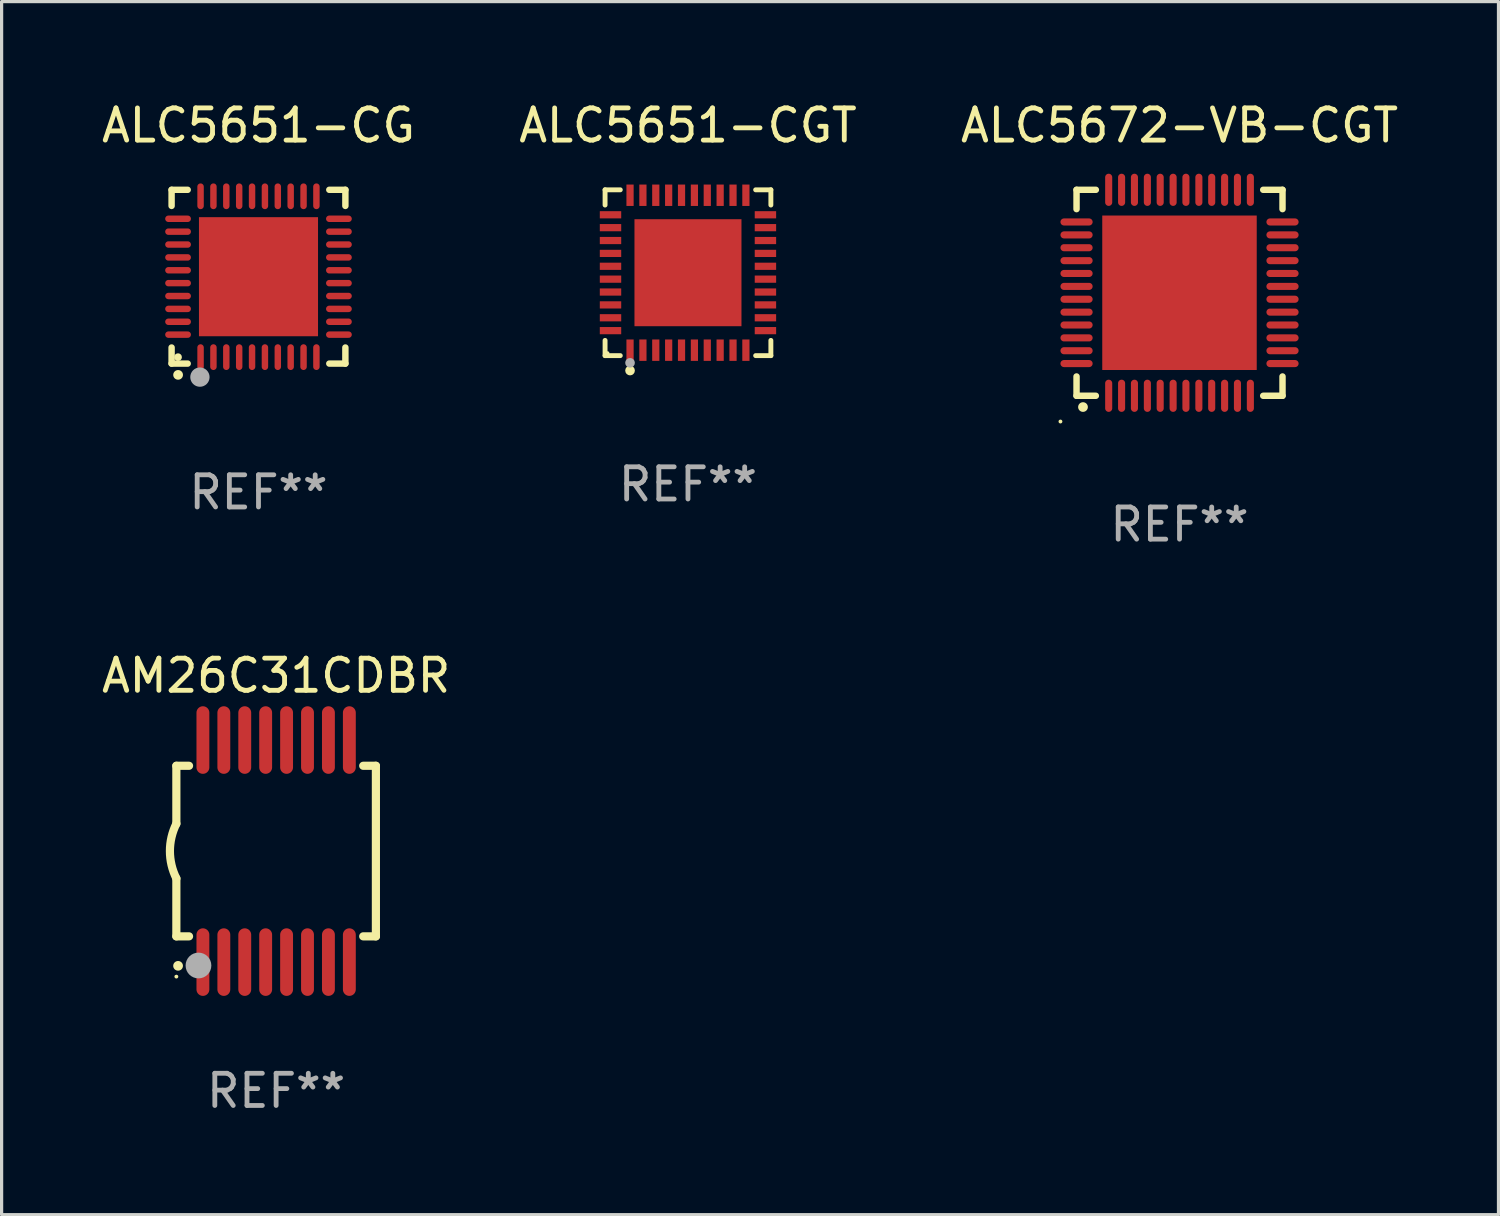
<source format=kicad_pcb>
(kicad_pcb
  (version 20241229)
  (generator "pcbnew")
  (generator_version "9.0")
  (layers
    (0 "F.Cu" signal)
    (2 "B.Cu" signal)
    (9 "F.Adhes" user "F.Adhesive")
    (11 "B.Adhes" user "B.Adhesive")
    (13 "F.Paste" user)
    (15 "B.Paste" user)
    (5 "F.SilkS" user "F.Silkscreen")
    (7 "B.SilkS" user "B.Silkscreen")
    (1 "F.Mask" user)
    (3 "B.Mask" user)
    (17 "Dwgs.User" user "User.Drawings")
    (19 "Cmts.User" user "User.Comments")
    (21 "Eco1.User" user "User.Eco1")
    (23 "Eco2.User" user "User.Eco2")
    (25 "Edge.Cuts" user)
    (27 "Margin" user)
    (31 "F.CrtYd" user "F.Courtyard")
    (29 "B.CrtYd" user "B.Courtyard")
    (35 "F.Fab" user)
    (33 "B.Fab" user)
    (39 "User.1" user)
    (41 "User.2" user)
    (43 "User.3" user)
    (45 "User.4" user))
  (footprint "ALC5651-CGT"
    (layer "F.Cu")
    (at 18.327 5.424)
    (property "Reference" "ALC5651-CGT" (at 0 -4.576 0) (layer "F.SilkS") (effects (font (size 1 1) (thickness 0.15))))
    (attr through_hole)
    (fp_line (start -2.576 -2.576) (end -2.103 -2.576) (stroke (width 0.152) (type solid)) (layer "F.SilkS"))
    (fp_line (start -2.576 -2.103) (end -2.576 -2.576) (stroke (width 0.152) (type solid)) (layer "F.SilkS"))
    (fp_line (start -2.576 2.103) (end -2.576 2.576) (stroke (width 0.152) (type solid)) (layer "F.SilkS"))
    (fp_line (start -2.576 2.576) (end -2.103 2.576) (stroke (width 0.152) (type solid)) (layer "F.SilkS"))
    (fp_line (start 2.576 -2.576) (end 2.103 -2.576) (stroke (width 0.152) (type solid)) (layer "F.SilkS"))
    (fp_line (start 2.576 -2.103) (end 2.576 -2.576) (stroke (width 0.152) (type solid)) (layer "F.SilkS"))
    (fp_line (start 2.576 2.103) (end 2.576 2.576) (stroke (width 0.152) (type solid)) (layer "F.SilkS"))
    (fp_line (start 2.576 2.576) (end 2.103 2.576) (stroke (width 0.152) (type solid)) (layer "F.SilkS"))
    (fp_circle (center -2.5 2.5) (end -2.47 2.5) (stroke (width 0.06) (type solid)) (fill no) (layer "F.SilkS"))
    (fp_circle (center -1.8 3.04) (end -1.725 3.04) (stroke (width 0.15) (type solid)) (fill no) (layer "F.SilkS"))
    (fp_circle (center -1.8 2.8) (end -1.725 2.8) (stroke (width 0.15) (type solid)) (fill no) (layer "F.Fab"))
    (fp_text user "REF**" (at 0 6.576 0) (layer "F.Fab") (effects (font (size 1 1) (thickness 0.15))))
    (pad "1" smd rect (at -1.8 2.407) (size 0.224 0.665) (layers "F.Cu" "F.Mask" "F.Paste"))
    (pad "2" smd rect (at -1.4 2.407) (size 0.224 0.665) (layers "F.Cu" "F.Mask" "F.Paste"))
    (pad "3" smd rect (at -1 2.407) (size 0.224 0.665) (layers "F.Cu" "F.Mask" "F.Paste"))
    (pad "4" smd rect (at -0.6 2.407) (size 0.224 0.665) (layers "F.Cu" "F.Mask" "F.Paste"))
    (pad "5" smd rect (at -0.2 2.407) (size 0.224 0.665) (layers "F.Cu" "F.Mask" "F.Paste"))
    (pad "6" smd rect (at 0.2 2.407) (size 0.224 0.665) (layers "F.Cu" "F.Mask" "F.Paste"))
    (pad "7" smd rect (at 0.6 2.407) (size 0.224 0.665) (layers "F.Cu" "F.Mask" "F.Paste"))
    (pad "8" smd rect (at 1 2.407) (size 0.224 0.665) (layers "F.Cu" "F.Mask" "F.Paste"))
    (pad "9" smd rect (at 1.4 2.407) (size 0.224 0.665) (layers "F.Cu" "F.Mask" "F.Paste"))
    (pad "10" smd rect (at 1.8 2.407) (size 0.224 0.665) (layers "F.Cu" "F.Mask" "F.Paste"))
    (pad "11" smd rect (at 2.407 1.8) (size 0.665 0.224) (layers "F.Cu" "F.Mask" "F.Paste"))
    (pad "12" smd rect (at 2.407 1.4) (size 0.665 0.224) (layers "F.Cu" "F.Mask" "F.Paste"))
    (pad "13" smd rect (at 2.407 1) (size 0.665 0.224) (layers "F.Cu" "F.Mask" "F.Paste"))
    (pad "14" smd rect (at 2.407 0.6) (size 0.665 0.224) (layers "F.Cu" "F.Mask" "F.Paste"))
    (pad "15" smd rect (at 2.407 0.2) (size 0.665 0.224) (layers "F.Cu" "F.Mask" "F.Paste"))
    (pad "16" smd rect (at 2.407 -0.2) (size 0.665 0.224) (layers "F.Cu" "F.Mask" "F.Paste"))
    (pad "17" smd rect (at 2.407 -0.6) (size 0.665 0.224) (layers "F.Cu" "F.Mask" "F.Paste"))
    (pad "18" smd rect (at 2.407 -1) (size 0.665 0.224) (layers "F.Cu" "F.Mask" "F.Paste"))
    (pad "19" smd rect (at 2.407 -1.4) (size 0.665 0.224) (layers "F.Cu" "F.Mask" "F.Paste"))
    (pad "20" smd rect (at 2.407 -1.8) (size 0.665 0.224) (layers "F.Cu" "F.Mask" "F.Paste"))
    (pad "21" smd rect (at 1.8 -2.407) (size 0.224 0.665) (layers "F.Cu" "F.Mask" "F.Paste"))
    (pad "22" smd rect (at 1.4 -2.407) (size 0.224 0.665) (layers "F.Cu" "F.Mask" "F.Paste"))
    (pad "23" smd rect (at 1 -2.407) (size 0.224 0.665) (layers "F.Cu" "F.Mask" "F.Paste"))
    (pad "24" smd rect (at 0.6 -2.407) (size 0.224 0.665) (layers "F.Cu" "F.Mask" "F.Paste"))
    (pad "25" smd rect (at 0.2 -2.407) (size 0.224 0.665) (layers "F.Cu" "F.Mask" "F.Paste"))
    (pad "26" smd rect (at -0.2 -2.407) (size 0.224 0.665) (layers "F.Cu" "F.Mask" "F.Paste"))
    (pad "27" smd rect (at -0.6 -2.407) (size 0.224 0.665) (layers "F.Cu" "F.Mask" "F.Paste"))
    (pad "28" smd rect (at -1 -2.407) (size 0.224 0.665) (layers "F.Cu" "F.Mask" "F.Paste"))
    (pad "29" smd rect (at -1.4 -2.407) (size 0.224 0.665) (layers "F.Cu" "F.Mask" "F.Paste"))
    (pad "30" smd rect (at -1.8 -2.407) (size 0.224 0.665) (layers "F.Cu" "F.Mask" "F.Paste"))
    (pad "31" smd rect (at -2.407 -1.8) (size 0.665 0.224) (layers "F.Cu" "F.Mask" "F.Paste"))
    (pad "32" smd rect (at -2.407 -1.4) (size 0.665 0.224) (layers "F.Cu" "F.Mask" "F.Paste"))
    (pad "33" smd rect (at -2.407 -1) (size 0.665 0.224) (layers "F.Cu" "F.Mask" "F.Paste"))
    (pad "34" smd rect (at -2.407 -0.6) (size 0.665 0.224) (layers "F.Cu" "F.Mask" "F.Paste"))
    (pad "35" smd rect (at -2.407 -0.2) (size 0.665 0.224) (layers "F.Cu" "F.Mask" "F.Paste"))
    (pad "36" smd rect (at -2.407 0.2) (size 0.665 0.224) (layers "F.Cu" "F.Mask" "F.Paste"))
    (pad "37" smd rect (at -2.407 0.6) (size 0.665 0.224) (layers "F.Cu" "F.Mask" "F.Paste"))
    (pad "38" smd rect (at -2.407 1) (size 0.665 0.224) (layers "F.Cu" "F.Mask" "F.Paste"))
    (pad "39" smd rect (at -2.407 1.4) (size 0.665 0.224) (layers "F.Cu" "F.Mask" "F.Paste"))
    (pad "40" smd rect (at -2.407 1.8) (size 0.665 0.224) (layers "F.Cu" "F.Mask" "F.Paste"))
    (pad "41" smd rect (at 0 0) (size 3.325 3.325) (layers "F.Cu" "F.Mask" "F.Paste")))
  (footprint "AM26C31CDBR"
    (layer "F.Cu")
    (at 5.53 23.395)
    (property "Reference" "AM26C31CDBR" (at 0 -5.45 0) (layer "F.SilkS") (effects (font (size 1 1) (thickness 0.15))))
    (attr through_hole)
    (fp_line (start -3.1 -2.65) (end -3.1 -0.85) (stroke (width 0.254) (type solid)) (layer "F.SilkS"))
    (fp_line (start -3.1 -2.65) (end -2.706 -2.65) (stroke (width 0.254) (type solid)) (layer "F.SilkS"))
    (fp_line (start -3.1 2.65) (end -3.1 0.85) (stroke (width 0.254) (type solid)) (layer "F.SilkS"))
    (fp_line (start -3.1 2.65) (end -2.706 2.65) (stroke (width 0.254) (type solid)) (layer "F.SilkS"))
    (fp_line (start 2.706 -2.65) (end 3.1 -2.65) (stroke (width 0.254) (type solid)) (layer "F.SilkS"))
    (fp_line (start 2.706 2.65) (end 3.1 2.65) (stroke (width 0.254) (type solid)) (layer "F.SilkS"))
    (fp_line (start 3.1 -2.65) (end 3.1 2.65) (stroke (width 0.254) (type solid)) (layer "F.SilkS"))
    (fp_arc (start -3.098907 0.850902) (mid -3.300057 0.000523) (end -3.1 -0.850114) (stroke (width 0.254001) (type solid)) (layer "F.SilkS"))
    (fp_arc (start -3.048006 3.566066) (mid -3.046736 3.566061) (end -3.045466 3.566066) (stroke (width 0.3) (type solid)) (layer "F.SilkS"))
    (fp_circle (center -3.1 3.9) (end -3.07 3.9) (stroke (width 0.06) (type solid)) (fill no) (layer "F.SilkS"))
    (fp_circle (center -2.413 3.556) (end -2.213 3.556) (stroke (width 0.4) (type solid)) (fill no) (layer "F.Fab"))
    (fp_text user "REF**" (at 0 7.45 0) (layer "F.Fab") (effects (font (size 1 1) (thickness 0.15))))
    (pad "1" smd oval (at -2.275 3.45 180) (size 0.4 2.1) (layers "F.Cu" "F.Mask" "F.Paste"))
    (pad "2" smd oval (at -1.625 3.45 180) (size 0.4 2.1) (layers "F.Cu" "F.Mask" "F.Paste"))
    (pad "3" smd oval (at -0.975 3.45 180) (size 0.4 2.1) (layers "F.Cu" "F.Mask" "F.Paste"))
    (pad "4" smd oval (at -0.325 3.45 180) (size 0.4 2.1) (layers "F.Cu" "F.Mask" "F.Paste"))
    (pad "5" smd oval (at 0.325 3.45 180) (size 0.4 2.1) (layers "F.Cu" "F.Mask" "F.Paste"))
    (pad "6" smd oval (at 0.975 3.45 180) (size 0.4 2.1) (layers "F.Cu" "F.Mask" "F.Paste"))
    (pad "7" smd oval (at 1.625 3.45 180) (size 0.4 2.1) (layers "F.Cu" "F.Mask" "F.Paste"))
    (pad "8" smd oval (at 2.275 3.45 180) (size 0.4 2.1) (layers "F.Cu" "F.Mask" "F.Paste"))
    (pad "9" smd oval (at 2.275 -3.45 180) (size 0.4 2.1) (layers "F.Cu" "F.Mask" "F.Paste"))
    (pad "10" smd oval (at 1.625 -3.45 180) (size 0.4 2.1) (layers "F.Cu" "F.Mask" "F.Paste"))
    (pad "11" smd oval (at 0.975 -3.45 180) (size 0.4 2.1) (layers "F.Cu" "F.Mask" "F.Paste"))
    (pad "12" smd oval (at 0.325 -3.45 180) (size 0.4 2.1) (layers "F.Cu" "F.Mask" "F.Paste"))
    (pad "13" smd oval (at -0.325 -3.45 180) (size 0.4 2.1) (layers "F.Cu" "F.Mask" "F.Paste"))
    (pad "14" smd oval (at -0.975 -3.45 180) (size 0.4 2.1) (layers "F.Cu" "F.Mask" "F.Paste"))
    (pad "15" smd oval (at -1.625 -3.45 180) (size 0.4 2.1) (layers "F.Cu" "F.Mask" "F.Paste"))
    (pad "16" smd oval (at -2.275 -3.45 180) (size 0.4 2.1) (layers "F.Cu" "F.Mask" "F.Paste")))
  (footprint "ALC5672-VB-CGT"
    (layer "F.Cu")
    (at 33.601 6.048)
    (property "Reference" "ALC5672-VB-CGT" (at 0 -5.2 0) (layer "F.SilkS") (effects (font (size 1 1) (thickness 0.15))))
    (attr through_hole)
    (fp_line (start -3.2 -3.2) (end -2.6 -3.2) (stroke (width 0.2) (type solid)) (layer "F.SilkS"))
    (fp_line (start -3.2 -2.6) (end -3.2 -3.2) (stroke (width 0.2) (type solid)) (layer "F.SilkS"))
    (fp_line (start -3.2 3.2) (end -3.2 2.6) (stroke (width 0.2) (type solid)) (layer "F.SilkS"))
    (fp_line (start -2.6 3.2) (end -3.2 3.2) (stroke (width 0.2) (type solid)) (layer "F.SilkS"))
    (fp_line (start 3.2 -3.2) (end 2.6 -3.2) (stroke (width 0.2) (type solid)) (layer "F.SilkS"))
    (fp_line (start 3.2 -2.6) (end 3.2 -3.2) (stroke (width 0.2) (type solid)) (layer "F.SilkS"))
    (fp_line (start 3.2 2.6) (end 3.2 3.2) (stroke (width 0.2) (type solid)) (layer "F.SilkS"))
    (fp_line (start 3.2 3.2) (end 2.6 3.2) (stroke (width 0.2) (type solid)) (layer "F.SilkS"))
    (fp_arc (start -3.00094 3.54986) (mid -2.99967 3.549855) (end -2.9984 3.54986) (stroke (width 0.3) (type solid)) (layer "F.SilkS"))
    (fp_circle (center -3.7 4) (end -3.67 4) (stroke (width 0.06) (type solid)) (fill no) (layer "F.SilkS"))
    (fp_text user "REF**" (at 0 7.2 0) (layer "F.Fab") (effects (font (size 1 1) (thickness 0.15))))
    (pad "1" smd oval (at -2.201 3.2) (size 0.22 1) (layers "F.Cu" "F.Mask" "F.Paste"))
    (pad "2" smd oval (at -1.8 3.2) (size 0.22 1) (layers "F.Cu" "F.Mask" "F.Paste"))
    (pad "3" smd oval (at -1.401 3.2) (size 0.22 1) (layers "F.Cu" "F.Mask" "F.Paste"))
    (pad "4" smd oval (at -0.999 3.2) (size 0.22 1) (layers "F.Cu" "F.Mask" "F.Paste"))
    (pad "5" smd oval (at -0.601 3.2) (size 0.22 1) (layers "F.Cu" "F.Mask" "F.Paste"))
    (pad "6" smd oval (at -0.199 3.2) (size 0.22 1) (layers "F.Cu" "F.Mask" "F.Paste"))
    (pad "7" smd oval (at 0.199 3.2) (size 0.22 1) (layers "F.Cu" "F.Mask" "F.Paste"))
    (pad "8" smd oval (at 0.601 3.2) (size 0.22 1) (layers "F.Cu" "F.Mask" "F.Paste"))
    (pad "9" smd oval (at 1 3.2) (size 0.22 1) (layers "F.Cu" "F.Mask" "F.Paste"))
    (pad "10" smd oval (at 1.401 3.2) (size 0.22 1) (layers "F.Cu" "F.Mask" "F.Paste"))
    (pad "11" smd oval (at 1.8 3.2) (size 0.22 1) (layers "F.Cu" "F.Mask" "F.Paste"))
    (pad "12" smd oval (at 2.201 3.2) (size 0.22 1) (layers "F.Cu" "F.Mask" "F.Paste"))
    (pad "13" smd oval (at 3.2 2.199 90) (size 0.22 1) (layers "F.Cu" "F.Mask" "F.Paste"))
    (pad "14" smd oval (at 3.2 1.8 90) (size 0.22 1) (layers "F.Cu" "F.Mask" "F.Paste"))
    (pad "15" smd oval (at 3.2 1.401 90) (size 0.22 1) (layers "F.Cu" "F.Mask" "F.Paste"))
    (pad "16" smd oval (at 3.2 1 90) (size 0.22 1) (layers "F.Cu" "F.Mask" "F.Paste"))
    (pad "17" smd oval (at 3.2 0.601 90) (size 0.22 1) (layers "F.Cu" "F.Mask" "F.Paste"))
    (pad "18" smd oval (at 3.2 0.2 90) (size 0.22 1) (layers "F.Cu" "F.Mask" "F.Paste"))
    (pad "19" smd oval (at 3.2 -0.199 90) (size 0.22 1) (layers "F.Cu" "F.Mask" "F.Paste"))
    (pad "20" smd oval (at 3.2 -0.601 90) (size 0.22 1) (layers "F.Cu" "F.Mask" "F.Paste"))
    (pad "21" smd oval (at 3.2 -0.999 90) (size 0.22 1) (layers "F.Cu" "F.Mask" "F.Paste"))
    (pad "22" smd oval (at 3.2 -1.401 90) (size 0.22 1) (layers "F.Cu" "F.Mask" "F.Paste"))
    (pad "23" smd oval (at 3.2 -1.799 90) (size 0.22 1) (layers "F.Cu" "F.Mask" "F.Paste"))
    (pad "24" smd oval (at 3.2 -2.201 90) (size 0.22 1) (layers "F.Cu" "F.Mask" "F.Paste"))
    (pad "25" smd oval (at 2.201 -3.2 180) (size 0.22 1) (layers "F.Cu" "F.Mask" "F.Paste"))
    (pad "26" smd oval (at 1.8 -3.2 180) (size 0.22 1) (layers "F.Cu" "F.Mask" "F.Paste"))
    (pad "27" smd oval (at 1.401 -3.2 180) (size 0.22 1) (layers "F.Cu" "F.Mask" "F.Paste"))
    (pad "28" smd oval (at 1 -3.2 180) (size 0.22 1) (layers "F.Cu" "F.Mask" "F.Paste"))
    (pad "29" smd oval (at 0.601 -3.2 180) (size 0.22 1) (layers "F.Cu" "F.Mask" "F.Paste"))
    (pad "30" smd oval (at 0.199 -3.2 180) (size 0.22 1) (layers "F.Cu" "F.Mask" "F.Paste"))
    (pad "31" smd oval (at -0.199 -3.2 180) (size 0.22 1) (layers "F.Cu" "F.Mask" "F.Paste"))
    (pad "32" smd oval (at -0.601 -3.2 180) (size 0.22 1) (layers "F.Cu" "F.Mask" "F.Paste"))
    (pad "33" smd oval (at -0.999 -3.2 180) (size 0.22 1) (layers "F.Cu" "F.Mask" "F.Paste"))
    (pad "34" smd oval (at -1.401 -3.2 180) (size 0.22 1) (layers "F.Cu" "F.Mask" "F.Paste"))
    (pad "35" smd oval (at -1.8 -3.2 180) (size 0.22 1) (layers "F.Cu" "F.Mask" "F.Paste"))
    (pad "36" smd oval (at -2.201 -3.2 180) (size 0.22 1) (layers "F.Cu" "F.Mask" "F.Paste"))
    (pad "37" smd oval (at -3.2 -2.201 270) (size 0.22 1) (layers "F.Cu" "F.Mask" "F.Paste"))
    (pad "38" smd oval (at -3.2 -1.799 270) (size 0.22 1) (layers "F.Cu" "F.Mask" "F.Paste"))
    (pad "39" smd oval (at -3.2 -1.401 270) (size 0.22 1) (layers "F.Cu" "F.Mask" "F.Paste"))
    (pad "40" smd oval (at -3.2 -0.999 270) (size 0.22 1) (layers "F.Cu" "F.Mask" "F.Paste"))
    (pad "41" smd oval (at -3.2 -0.601 270) (size 0.22 1) (layers "F.Cu" "F.Mask" "F.Paste"))
    (pad "42" smd oval (at -3.2 -0.199 270) (size 0.22 1) (layers "F.Cu" "F.Mask" "F.Paste"))
    (pad "43" smd oval (at -3.2 0.2 270) (size 0.22 1) (layers "F.Cu" "F.Mask" "F.Paste"))
    (pad "44" smd oval (at -3.2 0.601 270) (size 0.22 1) (layers "F.Cu" "F.Mask" "F.Paste"))
    (pad "45" smd oval (at -3.2 1 270) (size 0.22 1) (layers "F.Cu" "F.Mask" "F.Paste"))
    (pad "46" smd oval (at -3.2 1.401 270) (size 0.22 1) (layers "F.Cu" "F.Mask" "F.Paste"))
    (pad "47" smd oval (at -3.2 1.8 270) (size 0.22 1) (layers "F.Cu" "F.Mask" "F.Paste"))
    (pad "48" smd oval (at -3.2 2.199 270) (size 0.22 1) (layers "F.Cu" "F.Mask" "F.Paste"))
    (pad "49" smd rect (at -0.001 -0.001 90) (size 4.8 4.8) (layers "F.Cu" "F.Mask" "F.Paste")))
  (footprint "ALC5651-CG"
    (layer "F.Cu")
    (at 4.982 5.548)
    (property "Reference" "ALC5651-CG" (at 0 -4.7 0) (layer "F.SilkS") (effects (font (size 1 1) (thickness 0.15))))
    (attr through_hole)
    (fp_line (start -2.7 -2.7) (end -2.7 -2.2) (stroke (width 0.2) (type solid)) (layer "F.SilkS"))
    (fp_line (start -2.7 2.7) (end -2.7 2.2) (stroke (width 0.2) (type solid)) (layer "F.SilkS"))
    (fp_line (start -2.2 -2.7) (end -2.7 -2.7) (stroke (width 0.2) (type solid)) (layer "F.SilkS"))
    (fp_line (start -2.2 2.7) (end -2.7 2.7) (stroke (width 0.2) (type solid)) (layer "F.SilkS"))
    (fp_line (start 2.7 -2.7) (end 2.2 -2.7) (stroke (width 0.2) (type solid)) (layer "F.SilkS"))
    (fp_line (start 2.7 -2.2) (end 2.7 -2.7) (stroke (width 0.2) (type solid)) (layer "F.SilkS"))
    (fp_line (start 2.7 2.2) (end 2.7 2.7) (stroke (width 0.2) (type solid)) (layer "F.SilkS"))
    (fp_line (start 2.7 2.7) (end 2.2 2.7) (stroke (width 0.2) (type solid)) (layer "F.SilkS"))
    (fp_arc (start -2.499365 3.050546) (mid -2.498095 3.050541) (end -2.496825 3.050546) (stroke (width 0.3) (type solid)) (layer "F.SilkS"))
    (fp_circle (center -2.5 2.5) (end -2.44 2.5) (stroke (width 0.12) (type solid)) (fill no) (layer "F.SilkS"))
    (fp_circle (center -1.82 3.12) (end -1.67 3.12) (stroke (width 0.3) (type solid)) (fill no) (layer "F.Fab"))
    (fp_text user "REF**" (at 0 6.7 0) (layer "F.Fab") (effects (font (size 1 1) (thickness 0.15))))
    (pad "1" smd oval (at -1.8 2.499) (size 0.2 0.8) (layers "F.Cu" "F.Mask" "F.Paste"))
    (pad "2" smd oval (at -1.4 2.499) (size 0.2 0.8) (layers "F.Cu" "F.Mask" "F.Paste"))
    (pad "3" smd oval (at -1 2.499) (size 0.2 0.8) (layers "F.Cu" "F.Mask" "F.Paste"))
    (pad "4" smd oval (at -0.6 2.499) (size 0.2 0.8) (layers "F.Cu" "F.Mask" "F.Paste"))
    (pad "5" smd oval (at -0.2 2.499) (size 0.2 0.8) (layers "F.Cu" "F.Mask" "F.Paste"))
    (pad "6" smd oval (at 0.2 2.499) (size 0.2 0.8) (layers "F.Cu" "F.Mask" "F.Paste"))
    (pad "7" smd oval (at 0.6 2.499) (size 0.2 0.8) (layers "F.Cu" "F.Mask" "F.Paste"))
    (pad "8" smd oval (at 1 2.499) (size 0.2 0.8) (layers "F.Cu" "F.Mask" "F.Paste"))
    (pad "9" smd oval (at 1.4 2.499) (size 0.2 0.8) (layers "F.Cu" "F.Mask" "F.Paste"))
    (pad "10" smd oval (at 1.8 2.499) (size 0.2 0.8) (layers "F.Cu" "F.Mask" "F.Paste"))
    (pad "11" smd oval (at 2.499 1.8) (size 0.8 0.2) (layers "F.Cu" "F.Mask" "F.Paste"))
    (pad "12" smd oval (at 2.499 1.4) (size 0.8 0.2) (layers "F.Cu" "F.Mask" "F.Paste"))
    (pad "13" smd oval (at 2.499 1) (size 0.8 0.2) (layers "F.Cu" "F.Mask" "F.Paste"))
    (pad "14" smd oval (at 2.499 0.6) (size 0.8 0.2) (layers "F.Cu" "F.Mask" "F.Paste"))
    (pad "15" smd oval (at 2.499 0.2) (size 0.8 0.2) (layers "F.Cu" "F.Mask" "F.Paste"))
    (pad "16" smd oval (at 2.499 -0.2) (size 0.8 0.2) (layers "F.Cu" "F.Mask" "F.Paste"))
    (pad "17" smd oval (at 2.499 -0.6) (size 0.8 0.2) (layers "F.Cu" "F.Mask" "F.Paste"))
    (pad "18" smd oval (at 2.499 -1) (size 0.8 0.2) (layers "F.Cu" "F.Mask" "F.Paste"))
    (pad "19" smd oval (at 2.499 -1.4) (size 0.8 0.2) (layers "F.Cu" "F.Mask" "F.Paste"))
    (pad "20" smd oval (at 2.499 -1.8) (size 0.8 0.2) (layers "F.Cu" "F.Mask" "F.Paste"))
    (pad "21" smd oval (at 1.8 -2.499) (size 0.2 0.8) (layers "F.Cu" "F.Mask" "F.Paste"))
    (pad "22" smd oval (at 1.4 -2.499) (size 0.2 0.8) (layers "F.Cu" "F.Mask" "F.Paste"))
    (pad "23" smd oval (at 1 -2.499) (size 0.2 0.8) (layers "F.Cu" "F.Mask" "F.Paste"))
    (pad "24" smd oval (at 0.6 -2.499) (size 0.2 0.8) (layers "F.Cu" "F.Mask" "F.Paste"))
    (pad "25" smd oval (at 0.2 -2.499) (size 0.2 0.8) (layers "F.Cu" "F.Mask" "F.Paste"))
    (pad "26" smd oval (at -0.2 -2.499) (size 0.2 0.8) (layers "F.Cu" "F.Mask" "F.Paste"))
    (pad "27" smd oval (at -0.6 -2.499) (size 0.2 0.8) (layers "F.Cu" "F.Mask" "F.Paste"))
    (pad "28" smd oval (at -1 -2.499) (size 0.2 0.8) (layers "F.Cu" "F.Mask" "F.Paste"))
    (pad "29" smd oval (at -1.4 -2.499) (size 0.2 0.8) (layers "F.Cu" "F.Mask" "F.Paste"))
    (pad "30" smd oval (at -1.8 -2.499) (size 0.2 0.8) (layers "F.Cu" "F.Mask" "F.Paste"))
    (pad "31" smd oval (at -2.499 -1.8) (size 0.8 0.2) (layers "F.Cu" "F.Mask" "F.Paste"))
    (pad "32" smd oval (at -2.499 -1.4) (size 0.8 0.2) (layers "F.Cu" "F.Mask" "F.Paste"))
    (pad "33" smd oval (at -2.499 -1) (size 0.8 0.2) (layers "F.Cu" "F.Mask" "F.Paste"))
    (pad "34" smd oval (at -2.499 -0.6) (size 0.8 0.2) (layers "F.Cu" "F.Mask" "F.Paste"))
    (pad "35" smd oval (at -2.499 -0.2) (size 0.8 0.2) (layers "F.Cu" "F.Mask" "F.Paste"))
    (pad "36" smd oval (at -2.499 0.2) (size 0.8 0.2) (layers "F.Cu" "F.Mask" "F.Paste"))
    (pad "37" smd oval (at -2.499 0.6) (size 0.8 0.2) (layers "F.Cu" "F.Mask" "F.Paste"))
    (pad "38" smd oval (at -2.499 1) (size 0.8 0.2) (layers "F.Cu" "F.Mask" "F.Paste"))
    (pad "39" smd oval (at -2.499 1.4) (size 0.8 0.2) (layers "F.Cu" "F.Mask" "F.Paste"))
    (pad "40" smd oval (at -2.499 1.8) (size 0.8 0.2) (layers "F.Cu" "F.Mask" "F.Paste"))
    (pad "41" smd rect (at 0 0) (size 3.7 3.7) (layers "F.Cu" "F.Mask" "F.Paste")))
  (gr_rect
    (start -3 -3)
    (end 43.512 34.694)
    (stroke (width 0.1) (type default))
    (fill no)
    (layer "Edge.Cuts")))
</source>
